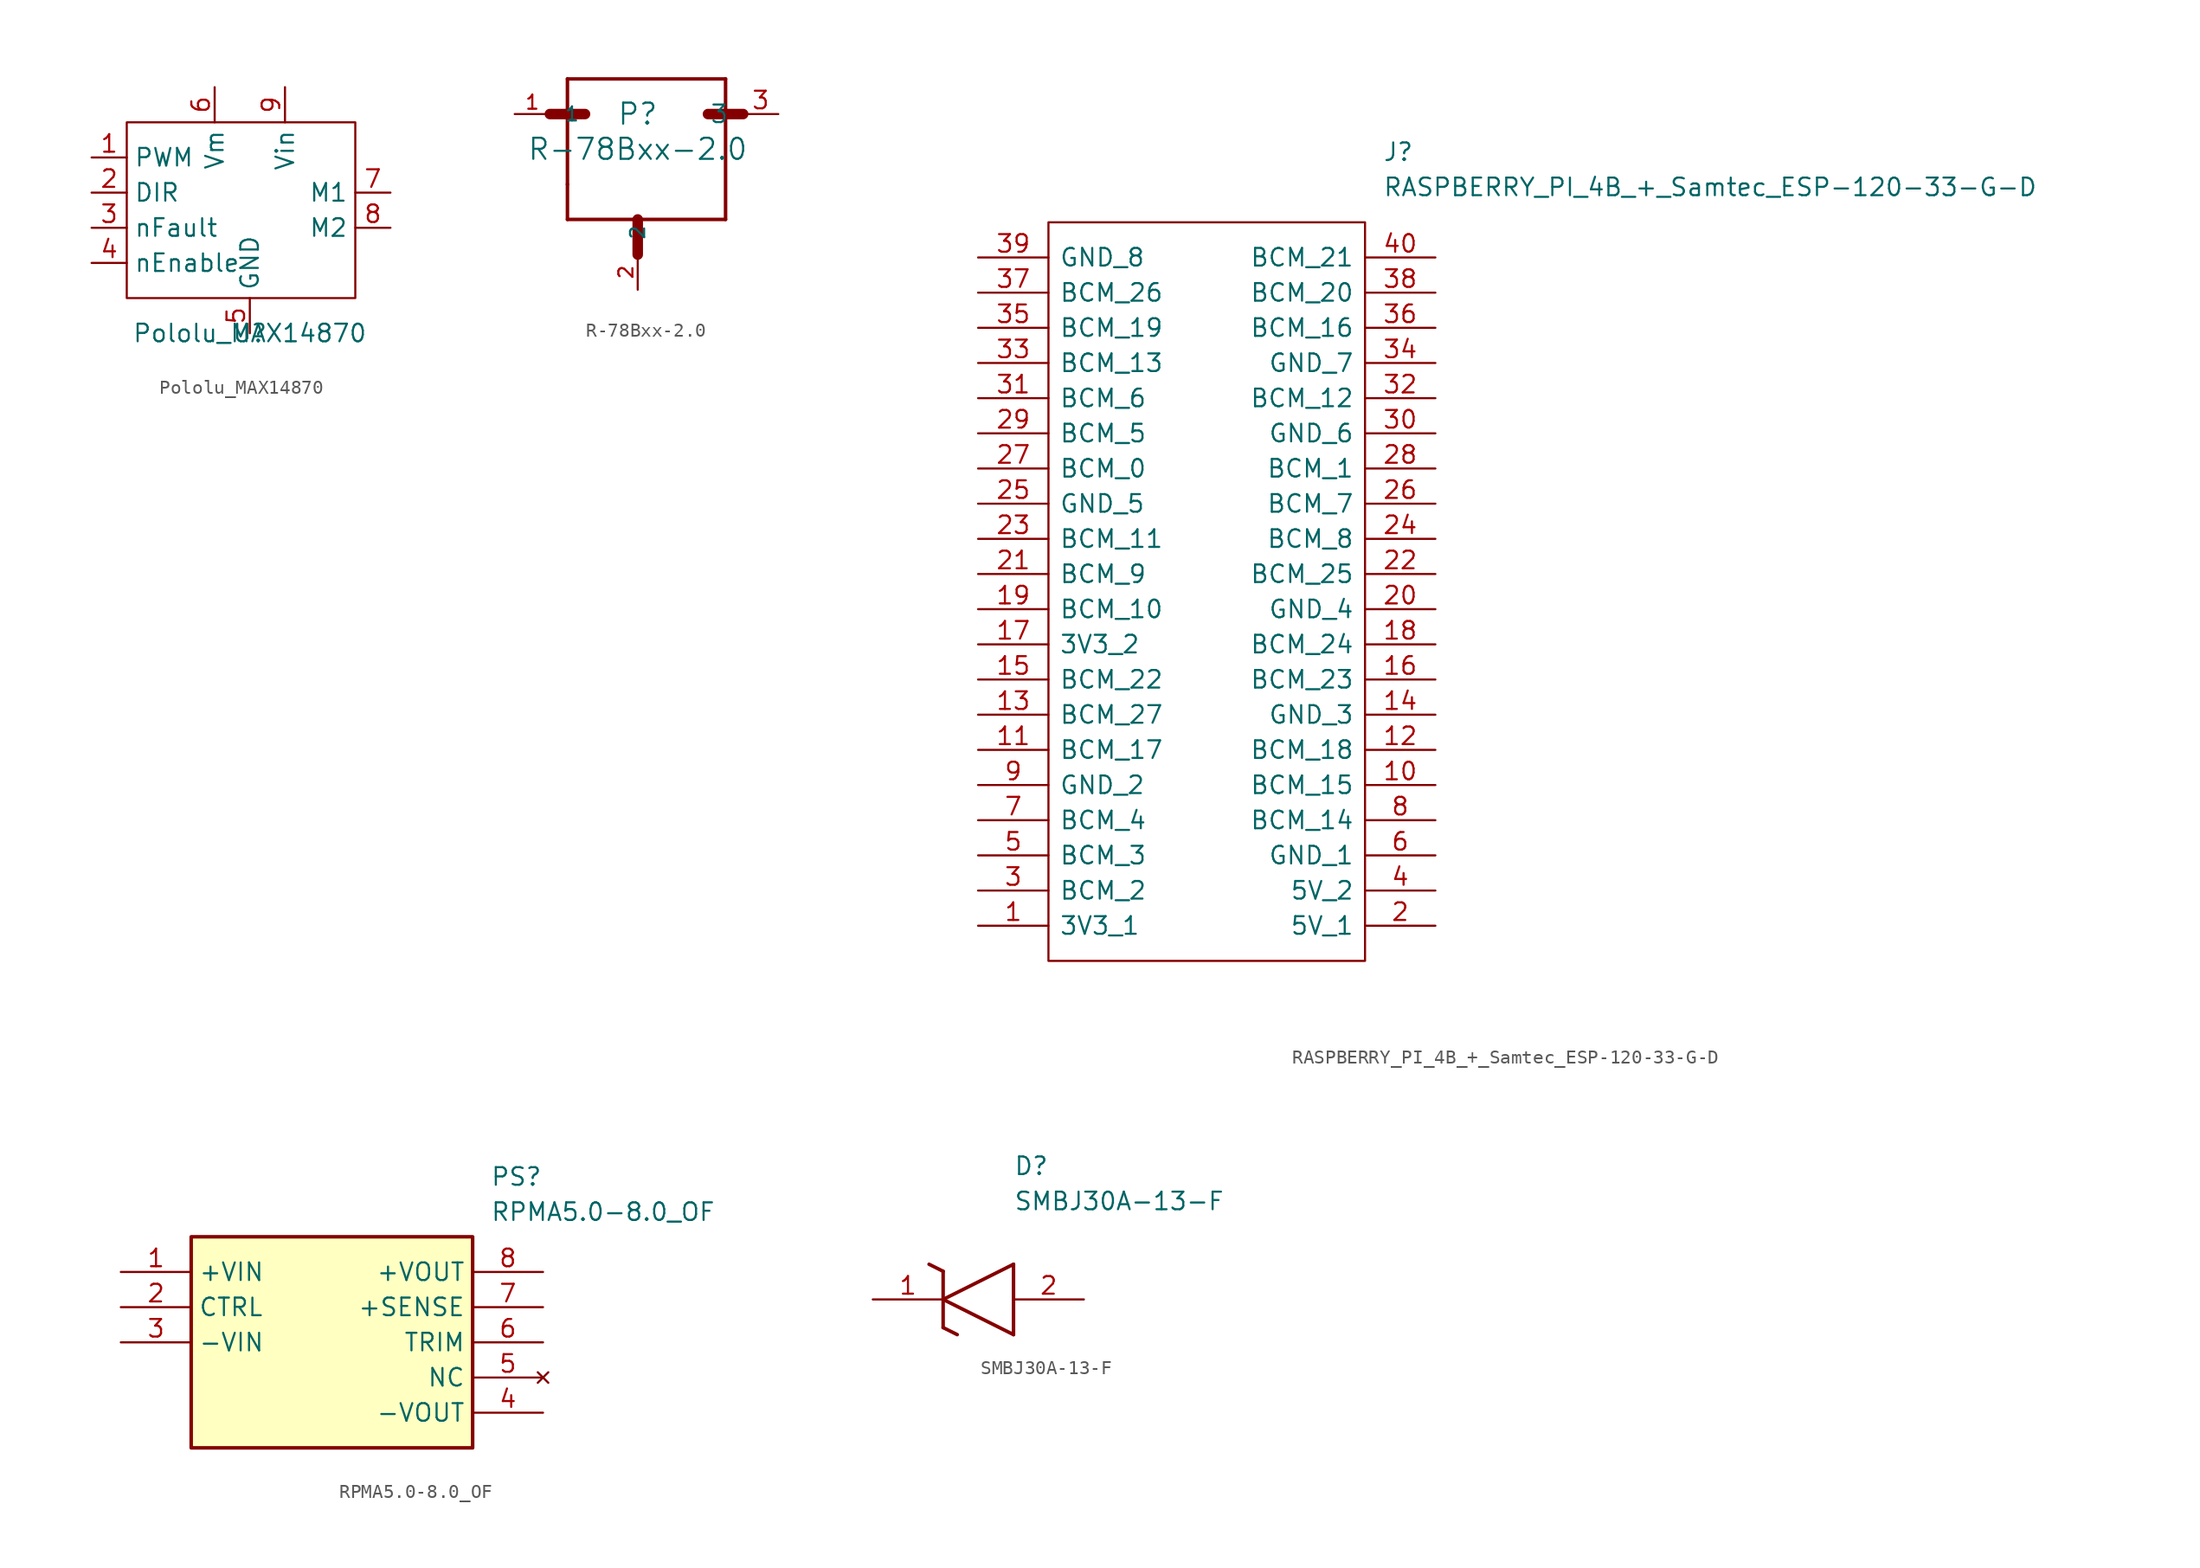
<source format=kicad_sym>
(kicad_symbol_lib
  (version 20231120)
  (generator "kicad_symbol_editor")
  (generator_version "8.0")
  (symbol "Pololu_MAX14870"
    (property "Reference" "U"
      (at 0 0 0)
      (effects (font (size 1.27 1.27))))
    (property "Value" "Pololu_MAX14870"
      (at 0 0 0)
      (effects (font (size 1.27 1.27))))
    (symbol "Pololu_MAX14870_0_1"
      (rectangle (start -8.89 15.24) (end 7.62 2.54) (stroke (width 0) (type default)) (fill (type none))))
    (symbol "Pololu_MAX14870_1_1"
      (pin input line (at -11.43 12.7 0) (length 2.54) (name "PWM" (effects (font (size 1.27 1.27)))) (number "1" (effects (font (size 1.27 1.27)))))
      (pin input line (at -11.43 10.16 0) (length 2.54) (name "DIR" (effects (font (size 1.27 1.27)))) (number "2" (effects (font (size 1.27 1.27)))))
      (pin input line (at -11.43 7.62 0) (length 2.54) (name "nFault" (effects (font (size 1.27 1.27)))) (number "3" (effects (font (size 1.27 1.27)))))
      (pin input line (at -11.43 5.08 0) (length 2.54) (name "nEnable" (effects (font (size 1.27 1.27)))) (number "4" (effects (font (size 1.27 1.27)))))
      (pin power_in line (at 0 0 90) (length 2.54) (name "GND" (effects (font (size 1.27 1.27)))) (number "5" (effects (font (size 1.27 1.27)))))
      (pin power_in line (at -2.54 17.78 270) (length 2.54) (name "Vm" (effects (font (size 1.27 1.27)))) (number "6" (effects (font (size 1.27 1.27)))))
      (pin output line (at 10.16 10.16 180) (length 2.54) (name "M1" (effects (font (size 1.27 1.27)))) (number "7" (effects (font (size 1.27 1.27)))))
      (pin output line (at 10.16 7.62 180) (length 2.54) (name "M2" (effects (font (size 1.27 1.27)))) (number "8" (effects (font (size 1.27 1.27)))))
      (pin power_in line (at 2.54 17.78 270) (length 2.54) (name "Vin" (effects (font (size 1.27 1.27)))) (number "9" (effects (font (size 1.27 1.27)))))))
  (symbol "R-78Bxx-2.0"
    (pin_names
      (offset 1.016))
    (property "Reference" "P"
      (at 0 2.54 0)
      (effects (font (size 1.524 1.524))))
    (property "Value" "R-78Bxx-2.0"
      (at 0 0 0)
      (effects (font (size 1.524 1.524))))
    (symbol "R-78Bxx-2.0_0_0"
      (polyline (pts (xy -6.35 2.54) (xy -3.81 2.54)) (stroke (width 0.762) (type default)) (fill (type none)))
      (polyline (pts (xy -5.08 -5.08) (xy 6.35 -5.08)) (stroke (width 0.254) (type default)) (fill (type none)))
      (polyline (pts (xy -5.08 -2.54) (xy -5.08 -5.08)) (stroke (width 0.254) (type default)) (fill (type none)))
      (polyline (pts (xy -5.08 2.54) (xy -5.08 -2.54)) (stroke (width 0.254) (type default)) (fill (type none)))
      (polyline (pts (xy -5.08 5.08) (xy -5.08 2.54)) (stroke (width 0.254) (type default)) (fill (type none)))
      (polyline (pts (xy 6.35 -5.08) (xy 6.35 5.08)) (stroke (width 0.254) (type default)) (fill (type none)))
      (polyline (pts (xy 6.35 5.08) (xy -5.08 5.08)) (stroke (width 0.254) (type default)) (fill (type none)))
      (pin passive line (at -8.89 2.54 0) (length 2.54) (name "1" (effects (font (size 1.016 1.016)))) (number "1" (effects (font (size 1.016 1.016)))))
      (pin passive line (at 0 -10.16 90) (length 2.54) (name "2" (effects (font (size 1.016 1.016)))) (number "2" (effects (font (size 1.016 1.016))))))
    (symbol "R-78Bxx-2.0_0_1"
      (polyline (pts (xy 7.62 2.54) (xy 5.08 2.54)) (stroke (width 0.762) (type default)) (fill (type none))))
    (symbol "R-78Bxx-2.0_1_0"
      (polyline (pts (xy 0 -5.08) (xy 0 -7.62)) (stroke (width 0.762) (type default)) (fill (type none))))
    (symbol "R-78Bxx-2.0_1_1"
      (pin input line (at 10.16 2.54 180) (length 2.54) (name "3" (effects (font (size 1.27 1.27)))) (number "3" (effects (font (size 1.27 1.27)))))))
  (symbol "RASPBERRY_PI_4B_+_Samtec_ESP-120-33-G-D"
    (pin_names
      (offset 0.762))
    (property "Reference" "J"
      (at 29.21 7.62 0)
      (effects (font (size 1.27 1.27)) (justify left)))
    (property "Value" "RASPBERRY_PI_4B_+_Samtec_ESP-120-33-G-D"
      (at 29.21 5.08 0)
      (effects (font (size 1.27 1.27)) (justify left)))
    (symbol "RASPBERRY_PI_4B_+_Samtec_ESP-120-33-G-D_0_0"
      (pin power_in line (at 0 -48.26 0) (length 5.08) (name "3V3_1" (effects (font (size 1.27 1.27)))) (number "1" (effects (font (size 1.27 1.27)))))
      (pin passive line (at 33.02 -38.1 180) (length 5.08) (name "BCM_15" (effects (font (size 1.27 1.27)))) (number "10" (effects (font (size 1.27 1.27)))))
      (pin passive line (at 0 -35.56 0) (length 5.08) (name "BCM_17" (effects (font (size 1.27 1.27)))) (number "11" (effects (font (size 1.27 1.27)))))
      (pin passive line (at 33.02 -35.56 180) (length 5.08) (name "BCM_18" (effects (font (size 1.27 1.27)))) (number "12" (effects (font (size 1.27 1.27)))))
      (pin passive line (at 0 -33.02 0) (length 5.08) (name "BCM_27" (effects (font (size 1.27 1.27)))) (number "13" (effects (font (size 1.27 1.27)))))
      (pin power_in line (at 33.02 -33.02 180) (length 5.08) (name "GND_3" (effects (font (size 1.27 1.27)))) (number "14" (effects (font (size 1.27 1.27)))))
      (pin passive line (at 0 -30.48 0) (length 5.08) (name "BCM_22" (effects (font (size 1.27 1.27)))) (number "15" (effects (font (size 1.27 1.27)))))
      (pin passive line (at 33.02 -30.48 180) (length 5.08) (name "BCM_23" (effects (font (size 1.27 1.27)))) (number "16" (effects (font (size 1.27 1.27)))))
      (pin power_in line (at 0 -27.94 0) (length 5.08) (name "3V3_2" (effects (font (size 1.27 1.27)))) (number "17" (effects (font (size 1.27 1.27)))))
      (pin passive line (at 33.02 -27.94 180) (length 5.08) (name "BCM_24" (effects (font (size 1.27 1.27)))) (number "18" (effects (font (size 1.27 1.27)))))
      (pin passive line (at 0 -25.4 0) (length 5.08) (name "BCM_10" (effects (font (size 1.27 1.27)))) (number "19" (effects (font (size 1.27 1.27)))))
      (pin power_in line (at 33.02 -48.26 180) (length 5.08) (name "5V_1" (effects (font (size 1.27 1.27)))) (number "2" (effects (font (size 1.27 1.27)))))
      (pin power_in line (at 33.02 -25.4 180) (length 5.08) (name "GND_4" (effects (font (size 1.27 1.27)))) (number "20" (effects (font (size 1.27 1.27)))))
      (pin passive line (at 0 -22.86 0) (length 5.08) (name "BCM_9" (effects (font (size 1.27 1.27)))) (number "21" (effects (font (size 1.27 1.27)))))
      (pin passive line (at 33.02 -22.86 180) (length 5.08) (name "BCM_25" (effects (font (size 1.27 1.27)))) (number "22" (effects (font (size 1.27 1.27)))))
      (pin passive line (at 0 -20.32 0) (length 5.08) (name "BCM_11" (effects (font (size 1.27 1.27)))) (number "23" (effects (font (size 1.27 1.27)))))
      (pin passive line (at 33.02 -20.32 180) (length 5.08) (name "BCM_8" (effects (font (size 1.27 1.27)))) (number "24" (effects (font (size 1.27 1.27)))))
      (pin power_in line (at 0 -17.78 0) (length 5.08) (name "GND_5" (effects (font (size 1.27 1.27)))) (number "25" (effects (font (size 1.27 1.27)))))
      (pin passive line (at 33.02 -17.78 180) (length 5.08) (name "BCM_7" (effects (font (size 1.27 1.27)))) (number "26" (effects (font (size 1.27 1.27)))))
      (pin passive line (at 0 -15.24 0) (length 5.08) (name "BCM_0" (effects (font (size 1.27 1.27)))) (number "27" (effects (font (size 1.27 1.27)))))
      (pin passive line (at 33.02 -15.24 180) (length 5.08) (name "BCM_1" (effects (font (size 1.27 1.27)))) (number "28" (effects (font (size 1.27 1.27)))))
      (pin passive line (at 0 -12.7 0) (length 5.08) (name "BCM_5" (effects (font (size 1.27 1.27)))) (number "29" (effects (font (size 1.27 1.27)))))
      (pin passive line (at 0 -45.72 0) (length 5.08) (name "BCM_2" (effects (font (size 1.27 1.27)))) (number "3" (effects (font (size 1.27 1.27)))))
      (pin power_in line (at 33.02 -12.7 180) (length 5.08) (name "GND_6" (effects (font (size 1.27 1.27)))) (number "30" (effects (font (size 1.27 1.27)))))
      (pin passive line (at 0 -10.16 0) (length 5.08) (name "BCM_6" (effects (font (size 1.27 1.27)))) (number "31" (effects (font (size 1.27 1.27)))))
      (pin passive line (at 33.02 -10.16 180) (length 5.08) (name "BCM_12" (effects (font (size 1.27 1.27)))) (number "32" (effects (font (size 1.27 1.27)))))
      (pin passive line (at 0 -7.62 0) (length 5.08) (name "BCM_13" (effects (font (size 1.27 1.27)))) (number "33" (effects (font (size 1.27 1.27)))))
      (pin power_in line (at 33.02 -7.62 180) (length 5.08) (name "GND_7" (effects (font (size 1.27 1.27)))) (number "34" (effects (font (size 1.27 1.27)))))
      (pin passive line (at 0 -5.08 0) (length 5.08) (name "BCM_19" (effects (font (size 1.27 1.27)))) (number "35" (effects (font (size 1.27 1.27)))))
      (pin passive line (at 33.02 -5.08 180) (length 5.08) (name "BCM_16" (effects (font (size 1.27 1.27)))) (number "36" (effects (font (size 1.27 1.27)))))
      (pin passive line (at 0 -2.54 0) (length 5.08) (name "BCM_26" (effects (font (size 1.27 1.27)))) (number "37" (effects (font (size 1.27 1.27)))))
      (pin passive line (at 33.02 -2.54 180) (length 5.08) (name "BCM_20" (effects (font (size 1.27 1.27)))) (number "38" (effects (font (size 1.27 1.27)))))
      (pin power_in line (at 0 0 0) (length 5.08) (name "GND_8" (effects (font (size 1.27 1.27)))) (number "39" (effects (font (size 1.27 1.27)))))
      (pin power_in line (at 33.02 -45.72 180) (length 5.08) (name "5V_2" (effects (font (size 1.27 1.27)))) (number "4" (effects (font (size 1.27 1.27)))))
      (pin passive line (at 33.02 0 180) (length 5.08) (name "BCM_21" (effects (font (size 1.27 1.27)))) (number "40" (effects (font (size 1.27 1.27)))))
      (pin passive line (at 0 -43.18 0) (length 5.08) (name "BCM_3" (effects (font (size 1.27 1.27)))) (number "5" (effects (font (size 1.27 1.27)))))
      (pin power_in line (at 33.02 -43.18 180) (length 5.08) (name "GND_1" (effects (font (size 1.27 1.27)))) (number "6" (effects (font (size 1.27 1.27)))))
      (pin passive line (at 0 -40.64 0) (length 5.08) (name "BCM_4" (effects (font (size 1.27 1.27)))) (number "7" (effects (font (size 1.27 1.27)))))
      (pin passive line (at 33.02 -40.64 180) (length 5.08) (name "BCM_14" (effects (font (size 1.27 1.27)))) (number "8" (effects (font (size 1.27 1.27)))))
      (pin power_in line (at 0 -38.1 0) (length 5.08) (name "GND_2" (effects (font (size 1.27 1.27)))) (number "9" (effects (font (size 1.27 1.27))))))
    (symbol "RASPBERRY_PI_4B_+_Samtec_ESP-120-33-G-D_0_1"
      (polyline (pts (xy 5.08 2.54) (xy 27.94 2.54) (xy 27.94 -50.8) (xy 5.08 -50.8) (xy 5.08 2.54)) (stroke (width 0.152) (type default)) (fill (type none)))))
  (symbol "RPMA5.0-8.0_OF"
    (property "Reference" "PS"
      (at 26.67 7.62 0)
      (effects (font (size 1.27 1.27)) (justify left top)))
    (property "Value" "RPMA5.0-8.0_OF"
      (at 26.67 5.08 0)
      (effects (font (size 1.27 1.27)) (justify left top)))
    (symbol "RPMA5.0-8.0_OF_1_1"
      (rectangle (start 5.08 2.54) (end 25.4 -12.7) (stroke (width 0.254) (type default)) (fill (type background)))
      (pin passive line (at 0 0 0) (length 5.08) (name "+VIN" (effects (font (size 1.27 1.27)))) (number "1" (effects (font (size 1.27 1.27)))))
      (pin passive line (at 0 -2.54 0) (length 5.08) (name "CTRL" (effects (font (size 1.27 1.27)))) (number "2" (effects (font (size 1.27 1.27)))))
      (pin passive line (at 0 -5.08 0) (length 5.08) (name "-VIN" (effects (font (size 1.27 1.27)))) (number "3" (effects (font (size 1.27 1.27)))))
      (pin passive line (at 30.48 -10.16 180) (length 5.08) (name "-VOUT" (effects (font (size 1.27 1.27)))) (number "4" (effects (font (size 1.27 1.27)))))
      (pin no_connect line (at 30.48 -7.62 180) (length 5.08) (name "NC" (effects (font (size 1.27 1.27)))) (number "5" (effects (font (size 1.27 1.27)))))
      (pin passive line (at 30.48 -5.08 180) (length 5.08) (name "TRIM" (effects (font (size 1.27 1.27)))) (number "6" (effects (font (size 1.27 1.27)))))
      (pin passive line (at 30.48 -2.54 180) (length 5.08) (name "+SENSE" (effects (font (size 1.27 1.27)))) (number "7" (effects (font (size 1.27 1.27)))))
      (pin passive line (at 30.48 0 180) (length 5.08) (name "+VOUT" (effects (font (size 1.27 1.27)))) (number "8" (effects (font (size 1.27 1.27)))))))
  (symbol "SMBJ30A-13-F"
    (pin_names hide)
    (property "Reference" "D"
      (at 10.16 8.89 0)
      (effects (font (size 1.27 1.27)) (justify left bottom)))
    (property "Value" "SMBJ30A-13-F"
      (at 10.16 6.35 0)
      (effects (font (size 1.27 1.27)) (justify left bottom)))
    (symbol "SMBJ30A-13-F_1_1"
      (polyline (pts (xy 4.064 2.54) (xy 5.08 2.032)) (stroke (width 0.254) (type default)) (fill (type none)))
      (polyline (pts (xy 5.08 -2.032) (xy 5.08 2.032)) (stroke (width 0.254) (type default)) (fill (type none)))
      (polyline (pts (xy 5.08 -2.032) (xy 6.096 -2.54)) (stroke (width 0.254) (type default)) (fill (type none)))
      (polyline (pts (xy 5.08 0) (xy 10.16 2.54)) (stroke (width 0.254) (type default)) (fill (type none)))
      (polyline (pts (xy 10.16 -2.54) (xy 5.08 0)) (stroke (width 0.254) (type default)) (fill (type none)))
      (polyline (pts (xy 10.16 -2.54) (xy 10.16 2.54)) (stroke (width 0.254) (type default)) (fill (type none)))
      (pin passive line (at 0 0 0) (length 5.08) (name "K" (effects (font (size 1.27 1.27)))) (number "1" (effects (font (size 1.27 1.27)))))
      (pin passive line (at 15.24 0 180) (length 5.08) (name "A" (effects (font (size 1.27 1.27)))) (number "2" (effects (font (size 1.27 1.27))))))))
</source>
